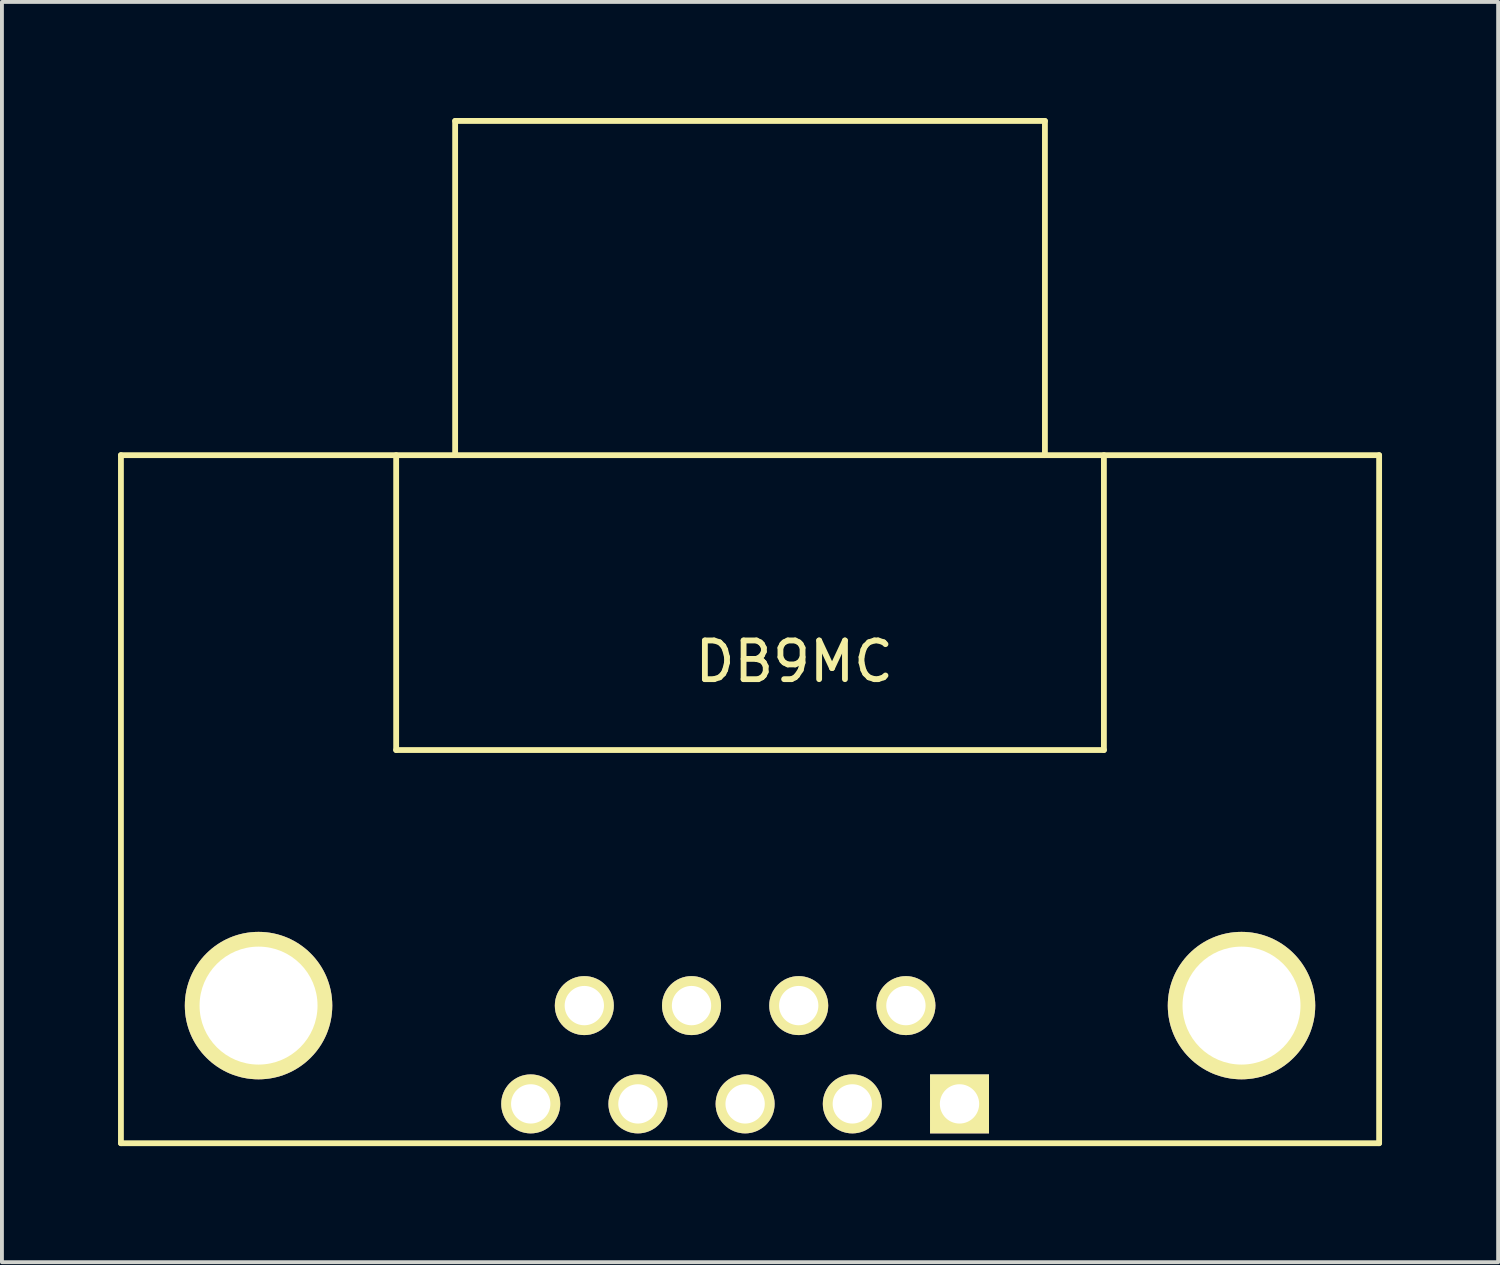
<source format=kicad_pcb>
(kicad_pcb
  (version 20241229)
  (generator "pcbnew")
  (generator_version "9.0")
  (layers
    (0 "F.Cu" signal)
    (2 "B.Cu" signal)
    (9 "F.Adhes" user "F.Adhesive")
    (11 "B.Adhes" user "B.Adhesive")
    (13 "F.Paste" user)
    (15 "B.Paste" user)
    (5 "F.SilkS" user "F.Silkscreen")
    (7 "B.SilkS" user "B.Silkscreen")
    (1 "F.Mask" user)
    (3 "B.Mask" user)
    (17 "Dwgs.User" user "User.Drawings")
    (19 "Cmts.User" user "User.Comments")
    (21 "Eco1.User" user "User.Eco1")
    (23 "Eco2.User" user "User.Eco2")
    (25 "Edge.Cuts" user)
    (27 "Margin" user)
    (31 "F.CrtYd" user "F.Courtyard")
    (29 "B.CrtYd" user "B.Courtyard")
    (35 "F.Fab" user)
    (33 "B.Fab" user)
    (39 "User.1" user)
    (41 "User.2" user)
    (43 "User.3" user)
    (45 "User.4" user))
  (footprint "DB9MC"
    (layer "F.Cu")
    (at 16.204 24.205)
    (property "Reference" "DB9MC" (at 1.27 -10.16 0) (layer "F.SilkS") (effects (font (size 1 1) (thickness 0.15))))
    (attr through_hole)
    (fp_line (start -16.129 -15.494) (end -16.129 2.286) (stroke (width 0.15) (type solid)) (layer "F.SilkS"))
    (fp_line (start -16.129 2.286) (end 16.383 2.286) (stroke (width 0.15) (type solid)) (layer "F.SilkS"))
    (fp_line (start -9.017 -15.494) (end -9.017 -7.874) (stroke (width 0.15) (type solid)) (layer "F.SilkS"))
    (fp_line (start -9.017 -7.874) (end 9.271 -7.874) (stroke (width 0.15) (type solid)) (layer "F.SilkS"))
    (fp_line (start -7.493 -24.13) (end 7.747 -24.13) (stroke (width 0.15) (type solid)) (layer "F.SilkS"))
    (fp_line (start -7.493 -15.494) (end -7.493 -24.13) (stroke (width 0.15) (type solid)) (layer "F.SilkS"))
    (fp_line (start 7.747 -24.13) (end 7.747 -15.494) (stroke (width 0.15) (type solid)) (layer "F.SilkS"))
    (fp_line (start 9.271 -7.874) (end 9.271 -15.494) (stroke (width 0.15) (type solid)) (layer "F.SilkS"))
    (fp_line (start 16.383 -15.494) (end -16.129 -15.494) (stroke (width 0.15) (type solid)) (layer "F.SilkS"))
    (fp_line (start 16.383 2.286) (end 16.383 -15.494) (stroke (width 0.15) (type solid)) (layer "F.SilkS"))
    (pad "" thru_hole circle (at -12.573 -1.27) (size 3.81 3.81) (drill 3.048) (layers "*.Cu" "*.Mask" "F.SilkS"))
    (pad "" thru_hole circle (at 12.827 -1.27) (size 3.81 3.81) (drill 3.048) (layers "*.Cu" "*.Mask" "F.SilkS"))
    (pad "1" thru_hole rect (at 5.54 1.27) (size 1.524 1.524) (drill 1.016) (layers "*.Cu" "*.Mask" "F.SilkS"))
    (pad "2" thru_hole circle (at 2.77 1.27) (size 1.524 1.524) (drill 1.016) (layers "*.Cu" "*.Mask" "F.SilkS"))
    (pad "3" thru_hole circle (at 0 1.27) (size 1.524 1.524) (drill 1.016) (layers "*.Cu" "*.Mask" "F.SilkS"))
    (pad "4" thru_hole circle (at -2.77 1.27) (size 1.524 1.524) (drill 1.016) (layers "*.Cu" "*.Mask" "F.SilkS"))
    (pad "5" thru_hole circle (at -5.54 1.27) (size 1.524 1.524) (drill 1.016) (layers "*.Cu" "*.Mask" "F.SilkS"))
    (pad "6" thru_hole circle (at 4.155 -1.27) (size 1.524 1.524) (drill 1.016) (layers "*.Cu" "*.Mask" "F.SilkS"))
    (pad "7" thru_hole circle (at 1.385 -1.27) (size 1.524 1.524) (drill 1.016) (layers "*.Cu" "*.Mask" "F.SilkS"))
    (pad "8" thru_hole circle (at -1.385 -1.27) (size 1.524 1.524) (drill 1.016) (layers "*.Cu" "*.Mask" "F.SilkS"))
    (pad "9" thru_hole circle (at -4.155 -1.27) (size 1.524 1.524) (drill 1.016) (layers "*.Cu" "*.Mask" "F.SilkS")))
  (gr_rect
    (start -3 -3)
    (end 35.662 29.566)
    (stroke (width 0.1) (type default))
    (fill no)
    (layer "Edge.Cuts")))
</source>
